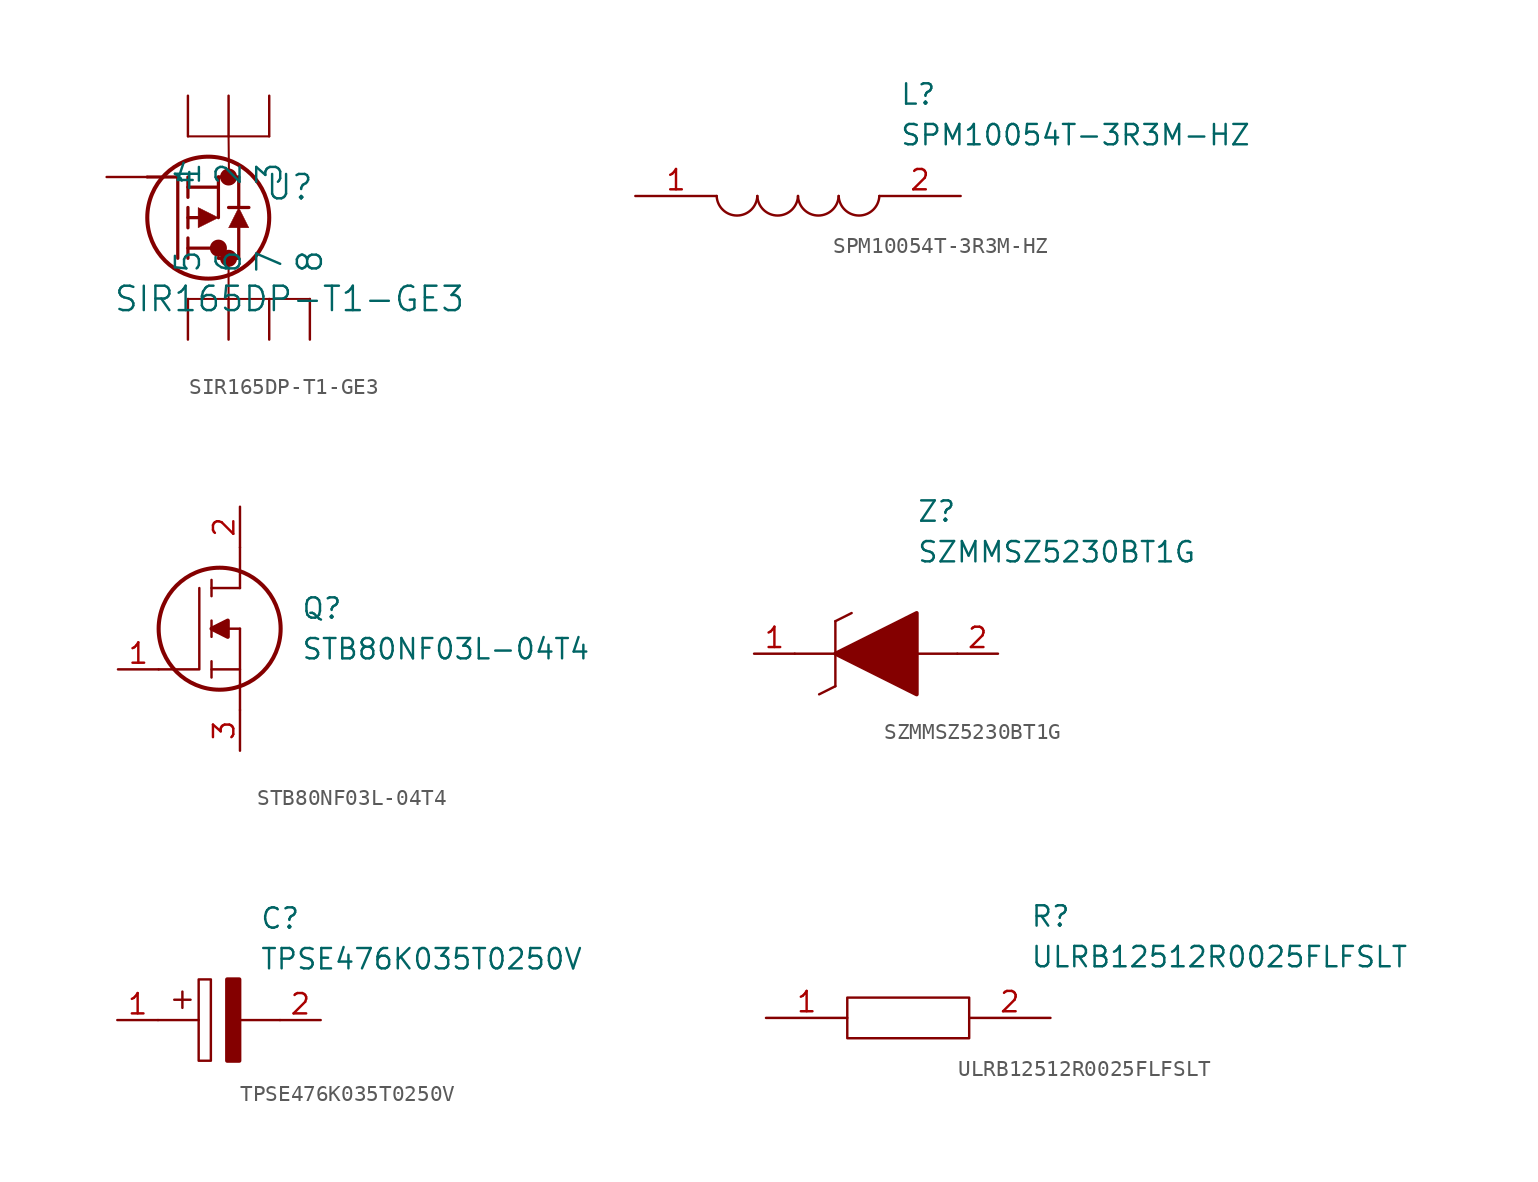
<source format=kicad_sym>
(kicad_symbol_lib
  (version 20211014)
  (generator kicad_symbol_editor)
  (symbol "SIR165DP-T1-GE3"
    (pin_numbers hide)
    (pin_names
      (offset 1.524))
    (property "Reference" "U"
      (at 11.43 -0.635 0)
      (effects (font (size 1.524 1.524))))
    (property "Value" "SIR165DP-T1-GE3"
      (at 11.43 -7.62 0)
      (effects (font (size 1.524 1.524))))
    (property "Datasheet" ""
      (at 0 0 0)
      (effects (font (size 1.524 1.524))))
    (property "ki_locked" ""
      (at 0 0 0)
      (effects (font (size 1.27 1.27))))
    (symbol "SIR165DP-T1-GE3_1_1"
      (polyline (pts (xy 2.54 0) (xy 4.445 0)) (stroke (width 0.203) (type default) (color 0 0 0 0)) (fill (type none)))
      (polyline (pts (xy 4.445 -5.08) (xy 4.445 0)) (stroke (width 0.203) (type default) (color 0 0 0 0)) (fill (type none)))
      (polyline (pts (xy 5.08 -7.62) (xy 12.7 -7.62)) (stroke (width 0.127) (type default) (color 0 0 0 0)) (fill (type none)))
      (polyline (pts (xy 5.08 -5.08) (xy 5.08 -3.81)) (stroke (width 0.203) (type default) (color 0 0 0 0)) (fill (type none)))
      (polyline (pts (xy 5.08 -4.445) (xy 6.985 -4.445)) (stroke (width 0.203) (type default) (color 0 0 0 0)) (fill (type none)))
      (polyline (pts (xy 5.08 -3.175) (xy 5.08 -1.905)) (stroke (width 0.203) (type default) (color 0 0 0 0)) (fill (type none)))
      (polyline (pts (xy 5.08 -1.27) (xy 5.08 0)) (stroke (width 0.203) (type default) (color 0 0 0 0)) (fill (type none)))
      (polyline (pts (xy 5.08 -0.635) (xy 6.985 -0.635)) (stroke (width 0.203) (type default) (color 0 0 0 0)) (fill (type none)))
      (polyline (pts (xy 5.08 2.54) (xy 10.16 2.54)) (stroke (width 0.127) (type default) (color 0 0 0 0)) (fill (type none)))
      (polyline (pts (xy 5.715 -2.54) (xy 5.08 -2.54)) (stroke (width 0.203) (type default) (color 0 0 0 0)) (fill (type none)))
      (polyline (pts (xy 6.985 -5.08) (xy 8.255 -5.08)) (stroke (width 0.203) (type default) (color 0 0 0 0)) (fill (type none)))
      (polyline (pts (xy 6.985 -4.445) (xy 6.985 -5.08)) (stroke (width 0.127) (type default) (color 0 0 0 0)) (fill (type none)))
      (polyline (pts (xy 6.985 -0.635) (xy 6.985 -2.54)) (stroke (width 0.203) (type default) (color 0 0 0 0)) (fill (type none)))
      (polyline (pts (xy 6.985 -0.635) (xy 6.985 0)) (stroke (width 0.203) (type default) (color 0 0 0 0)) (fill (type none)))
      (polyline (pts (xy 6.985 0) (xy 8.255 0)) (stroke (width 0.203) (type default) (color 0 0 0 0)) (fill (type none)))
      (polyline (pts (xy 7.62 -7.62) (xy 7.62 -5.08)) (stroke (width 0.127) (type default) (color 0 0 0 0)) (fill (type none)))
      (polyline (pts (xy 7.62 2.54) (xy 7.645 0)) (stroke (width 0.127) (type default) (color 0 0 0 0)) (fill (type none)))
      (polyline (pts (xy 8.255 -5.08) (xy 8.255 -3.175)) (stroke (width 0.203) (type default) (color 0 0 0 0)) (fill (type none)))
      (polyline (pts (xy 8.255 -1.905) (xy 8.255 0)) (stroke (width 0.203) (type default) (color 0 0 0 0)) (fill (type none)))
      (polyline (pts (xy 8.89 -1.905) (xy 7.62 -1.905)) (stroke (width 0.203) (type default) (color 0 0 0 0)) (fill (type none)))
      (polyline (pts (xy 5.715 -3.175) (xy 6.985 -2.54) (xy 5.715 -1.905) (xy 5.715 -3.175)) (stroke (width 0.025) (type default) (color 0 0 0 0)) (fill (type outline)))
      (polyline (pts (xy 8.89 -3.175) (xy 7.62 -3.175) (xy 8.255 -1.905) (xy 8.89 -3.175)) (stroke (width 0.025) (type default) (color 0 0 0 0)) (fill (type outline)))
      (circle (center 6.35 -2.54) (radius 3.81) (stroke (width 0.254) (type default) (color 0 0 0 0)) (fill (type none)))
      (circle (center 6.985 -4.445) (radius 0.025) (stroke (width 0.508) (type default) (color 0 0 0 0)) (fill (type none)))
      (circle (center 7.62 -5.08) (radius 0.025) (stroke (width 0.508) (type default) (color 0 0 0 0)) (fill (type none)))
      (circle (center 7.62 0) (radius 0.025) (stroke (width 0.508) (type default) (color 0 0 0 0)) (fill (type none)))
      (pin unspecified line (at 5.08 5.08 270) (length 2.54) (name "1" (effects (font (size 1.499 1.499)))) (number "1" (effects (font (size 1.499 1.499)))))
      (pin unspecified line (at 7.62 5.08 270) (length 2.54) (name "2" (effects (font (size 1.499 1.499)))) (number "2" (effects (font (size 1.499 1.499)))))
      (pin unspecified line (at 10.16 5.08 270) (length 2.54) (name "3" (effects (font (size 1.499 1.499)))) (number "3" (effects (font (size 1.499 1.499)))))
      (pin unspecified line (at 0 0 0) (length 2.54) (name "4" (effects (font (size 1.499 1.499)))) (number "4" (effects (font (size 1.499 1.499)))))
      (pin unspecified line (at 5.08 -10.16 90) (length 2.54) (name "5" (effects (font (size 1.499 1.499)))) (number "5" (effects (font (size 1.499 1.499)))))
      (pin unspecified line (at 7.62 -10.16 90) (length 2.54) (name "6" (effects (font (size 1.499 1.499)))) (number "6" (effects (font (size 1.499 1.499)))))
      (pin unspecified line (at 10.16 -10.16 90) (length 2.54) (name "7" (effects (font (size 1.499 1.499)))) (number "7" (effects (font (size 1.499 1.499)))))
      (pin unspecified line (at 12.7 -10.16 90) (length 2.54) (name "8" (effects (font (size 1.499 1.499)))) (number "8" (effects (font (size 1.499 1.499)))))))
  (symbol "SPM10054T-3R3M-HZ"
    (pin_names
      (offset 0.762))
    (property "Reference" "L"
      (at 16.51 6.35 0)
      (effects (font (size 1.27 1.27)) (justify left)))
    (property "Value" "SPM10054T-3R3M-HZ"
      (at 16.51 3.81 0)
      (effects (font (size 1.27 1.27)) (justify left)))
    (symbol "SPM10054T-3R3M-HZ_0_0"
      (pin passive line (at 0 0 0) (length 5.08) (name "~" (effects (font (size 1.27 1.27)))) (number "1" (effects (font (size 1.27 1.27)))))
      (pin passive line (at 20.32 0 180) (length 5.08) (name "~" (effects (font (size 1.27 1.27)))) (number "2" (effects (font (size 1.27 1.27))))))
    (symbol "SPM10054T-3R3M-HZ_0_1"
      (arc (start 5.08 0) (mid 6.35 -1.3218) (end 7.62 0) (stroke (width 0.1524) (type default) (color 0 0 0 0)) (fill (type none)))
      (arc (start 7.62 0) (mid 8.89 -1.3218) (end 10.16 0) (stroke (width 0.1524) (type default) (color 0 0 0 0)) (fill (type none)))
      (arc (start 10.16 0) (mid 11.43 -1.3218) (end 12.7 0) (stroke (width 0.1524) (type default) (color 0 0 0 0)) (fill (type none)))
      (arc (start 12.7 0) (mid 13.97 -1.3218) (end 15.24 0) (stroke (width 0.1524) (type default) (color 0 0 0 0)) (fill (type none)))))
  (symbol "STB80NF03L-04T4"
    (pin_names
      (offset 0.762))
    (property "Reference" "Q"
      (at 11.43 3.81 0)
      (effects (font (size 1.27 1.27)) (justify left)))
    (property "Value" "STB80NF03L-04T4"
      (at 11.43 1.27 0)
      (effects (font (size 1.27 1.27)) (justify left)))
    (symbol "STB80NF03L-04T4_0_0"
      (pin passive line (at 0 0 0) (length 2.54) (name "~" (effects (font (size 1.27 1.27)))) (number "1" (effects (font (size 1.27 1.27)))))
      (pin passive line (at 7.62 10.16 270) (length 2.54) (name "~" (effects (font (size 1.27 1.27)))) (number "2" (effects (font (size 1.27 1.27)))))
      (pin passive line (at 7.62 -5.08 90) (length 2.54) (name "~" (effects (font (size 1.27 1.27)))) (number "3" (effects (font (size 1.27 1.27))))))
    (symbol "STB80NF03L-04T4_0_1"
      (polyline (pts (xy 5.842 -0.508) (xy 5.842 0.508)) (stroke (width 0.152) (type default) (color 0 0 0 0)) (fill (type none)))
      (polyline (pts (xy 5.842 0) (xy 7.62 0)) (stroke (width 0.152) (type default) (color 0 0 0 0)) (fill (type none)))
      (polyline (pts (xy 5.842 2.032) (xy 5.842 3.048)) (stroke (width 0.152) (type default) (color 0 0 0 0)) (fill (type none)))
      (polyline (pts (xy 5.842 5.588) (xy 5.842 4.572)) (stroke (width 0.152) (type default) (color 0 0 0 0)) (fill (type none)))
      (polyline (pts (xy 7.62 2.54) (xy 5.842 2.54)) (stroke (width 0.152) (type default) (color 0 0 0 0)) (fill (type none)))
      (polyline (pts (xy 7.62 2.54) (xy 7.62 -2.54)) (stroke (width 0.152) (type default) (color 0 0 0 0)) (fill (type none)))
      (polyline (pts (xy 7.62 5.08) (xy 5.842 5.08)) (stroke (width 0.152) (type default) (color 0 0 0 0)) (fill (type none)))
      (polyline (pts (xy 7.62 5.08) (xy 7.62 7.62)) (stroke (width 0.152) (type default) (color 0 0 0 0)) (fill (type none)))
      (polyline (pts (xy 2.54 0) (xy 5.08 0) (xy 5.08 5.08)) (stroke (width 0.152) (type default) (color 0 0 0 0)) (fill (type none)))
      (polyline (pts (xy 5.842 2.54) (xy 6.858 3.048) (xy 6.858 2.032) (xy 5.842 2.54)) (stroke (width 0.254) (type default) (color 0 0 0 0)) (fill (type outline)))
      (circle (center 6.35 2.54) (radius 3.81) (stroke (width 0.254) (type default) (color 0 0 0 0)) (fill (type none)))))
  (symbol "SZMMSZ5230BT1G"
    (pin_names
      (offset 0.762))
    (property "Reference" "Z"
      (at 10.16 8.89 0)
      (effects (font (size 1.27 1.27)) (justify left)))
    (property "Value" "SZMMSZ5230BT1G"
      (at 10.16 6.35 0)
      (effects (font (size 1.27 1.27)) (justify left)))
    (symbol "SZMMSZ5230BT1G_0_0"
      (pin passive line (at 0 0 0) (length 2.54) (name "~" (effects (font (size 1.27 1.27)))) (number "1" (effects (font (size 1.27 1.27)))))
      (pin passive line (at 15.24 0 180) (length 2.54) (name "~" (effects (font (size 1.27 1.27)))) (number "2" (effects (font (size 1.27 1.27))))))
    (symbol "SZMMSZ5230BT1G_0_1"
      (polyline (pts (xy 2.54 0) (xy 5.08 0)) (stroke (width 0.152) (type default) (color 0 0 0 0)) (fill (type none)))
      (polyline (pts (xy 4.064 -2.54) (xy 5.08 -2.032)) (stroke (width 0.152) (type default) (color 0 0 0 0)) (fill (type none)))
      (polyline (pts (xy 5.08 2.032) (xy 5.08 -2.032)) (stroke (width 0.152) (type default) (color 0 0 0 0)) (fill (type none)))
      (polyline (pts (xy 5.08 2.032) (xy 6.096 2.54)) (stroke (width 0.152) (type default) (color 0 0 0 0)) (fill (type none)))
      (polyline (pts (xy 12.7 0) (xy 10.16 0)) (stroke (width 0.152) (type default) (color 0 0 0 0)) (fill (type none)))
      (polyline (pts (xy 5.08 0) (xy 10.16 2.54) (xy 10.16 -2.54) (xy 5.08 0)) (stroke (width 0.254) (type default) (color 0 0 0 0)) (fill (type outline)))))
  (symbol "TPSE476K035T0250V"
    (pin_names
      (offset 0.762))
    (property "Reference" "C"
      (at 8.89 6.35 0)
      (effects (font (size 1.27 1.27)) (justify left)))
    (property "Value" "TPSE476K035T0250V"
      (at 8.89 3.81 0)
      (effects (font (size 1.27 1.27)) (justify left)))
    (symbol "TPSE476K035T0250V_0_0"
      (pin passive line (at 0 0 0) (length 2.54) (name "~" (effects (font (size 1.27 1.27)))) (number "1" (effects (font (size 1.27 1.27)))))
      (pin passive line (at 12.7 0 180) (length 2.54) (name "~" (effects (font (size 1.27 1.27)))) (number "2" (effects (font (size 1.27 1.27))))))
    (symbol "TPSE476K035T0250V_0_1"
      (polyline (pts (xy 2.54 0) (xy 5.08 0)) (stroke (width 0.152) (type default) (color 0 0 0 0)) (fill (type none)))
      (polyline (pts (xy 4.064 1.778) (xy 4.064 0.762)) (stroke (width 0.152) (type default) (color 0 0 0 0)) (fill (type none)))
      (polyline (pts (xy 4.572 1.27) (xy 3.556 1.27)) (stroke (width 0.152) (type default) (color 0 0 0 0)) (fill (type none)))
      (polyline (pts (xy 7.62 0) (xy 10.16 0)) (stroke (width 0.152) (type default) (color 0 0 0 0)) (fill (type none)))
      (polyline (pts (xy 5.08 2.54) (xy 5.08 -2.54) (xy 5.842 -2.54) (xy 5.842 2.54) (xy 5.08 2.54)) (stroke (width 0.152) (type default) (color 0 0 0 0)) (fill (type none)))
      (polyline (pts (xy 7.62 2.54) (xy 7.62 -2.54) (xy 6.858 -2.54) (xy 6.858 2.54) (xy 7.62 2.54)) (stroke (width 0.254) (type default) (color 0 0 0 0)) (fill (type outline)))))
  (symbol "ULRB12512R0025FLFSLT"
    (pin_names
      (offset 0.762))
    (property "Reference" "R"
      (at 8.89 6.35 0)
      (effects (font (size 1.27 1.27)) (justify left)))
    (property "Value" "ULRB12512R0025FLFSLT"
      (at 8.89 3.81 0)
      (effects (font (size 1.27 1.27)) (justify left)))
    (symbol "ULRB12512R0025FLFSLT_0_0"
      (pin passive line (at -7.62 0 0) (length 5.08) (name "~" (effects (font (size 1.27 1.27)))) (number "1" (effects (font (size 1.27 1.27)))))
      (pin passive line (at 10.16 0 180) (length 5.08) (name "~" (effects (font (size 1.27 1.27)))) (number "2" (effects (font (size 1.27 1.27))))))
    (symbol "ULRB12512R0025FLFSLT_0_1"
      (polyline (pts (xy -2.54 1.27) (xy 5.08 1.27) (xy 5.08 -1.27) (xy -2.54 -1.27) (xy -2.54 1.27)) (stroke (width 0.152) (type default) (color 0 0 0 0)) (fill (type none))))))
</source>
